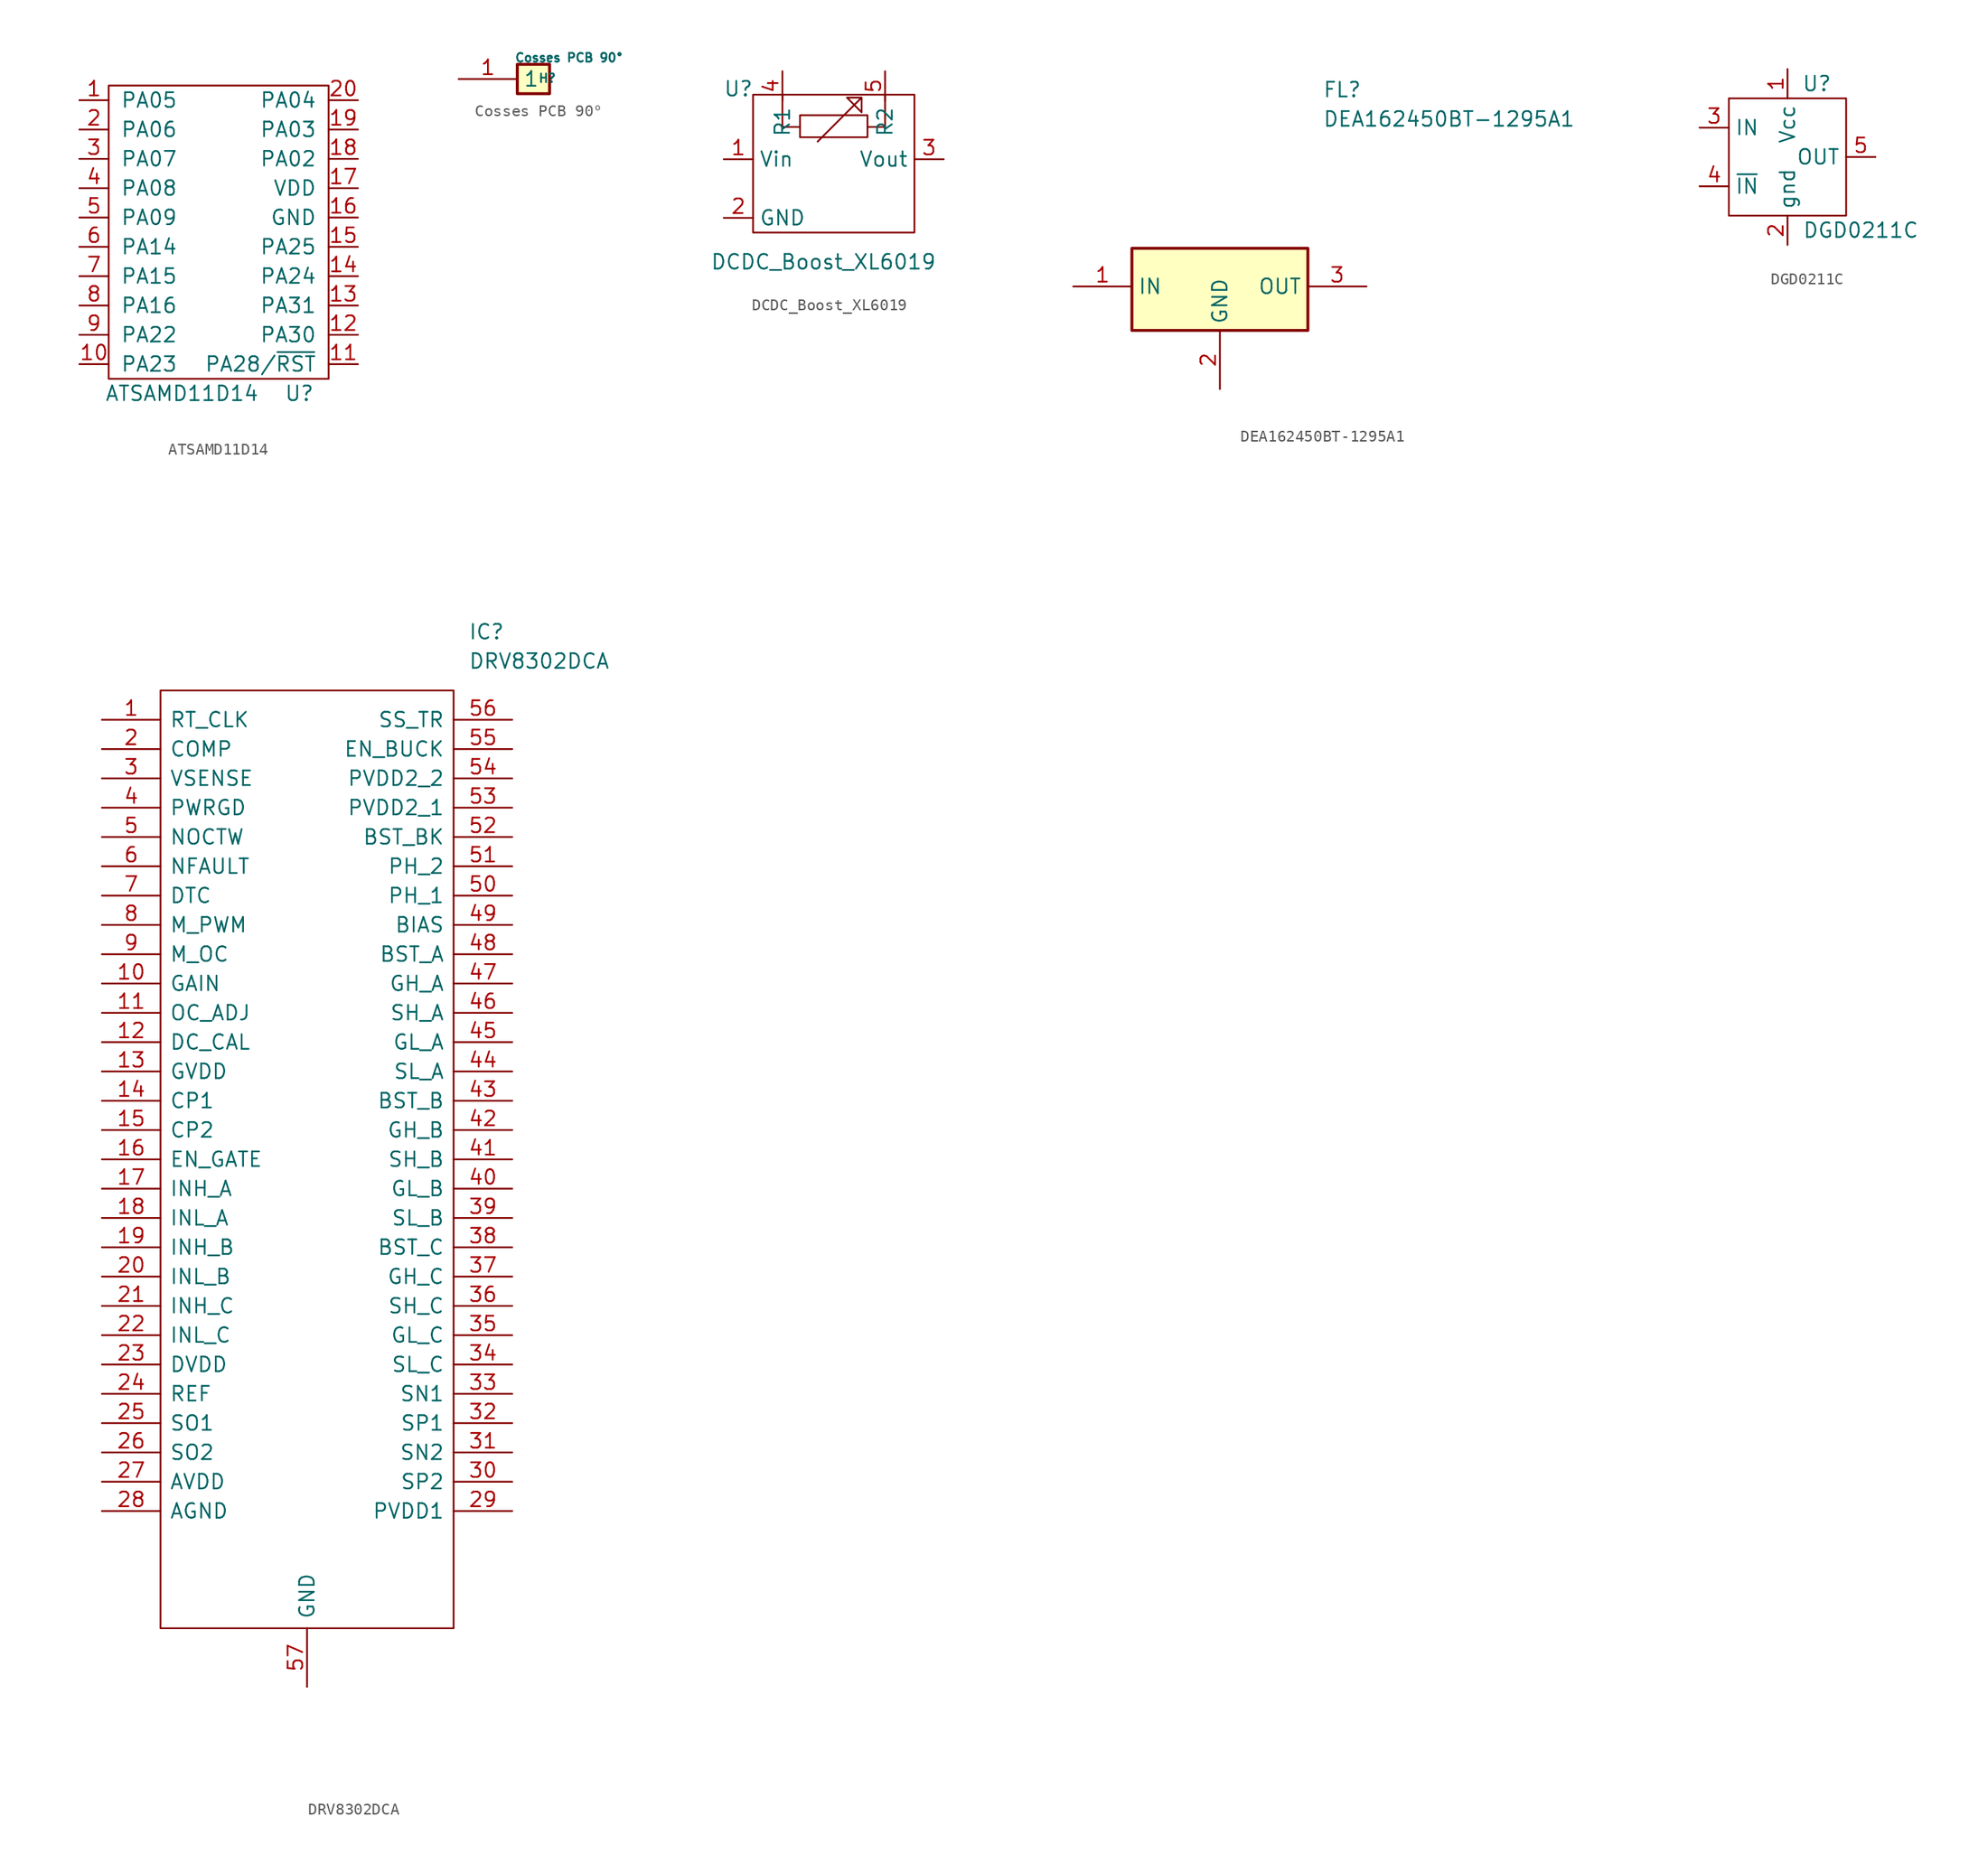
<source format=kicad_sym>
(kicad_symbol_lib
  (version 20231120)
  (generator "kicad_symbol_editor")
  (generator_version "8.0")
  (symbol "ATSAMD11D14"
    (pin_names
      (offset 1.016))
    (property "Reference" "U"
      (at 6.35 -13.97 0)
      (effects (font (size 1.27 1.27))))
    (property "Value" "ATSAMD11D14"
      (at -3.81 -13.97 0)
      (effects (font (size 1.27 1.27))))
    (symbol "ATSAMD11D14_0_1"
      (rectangle (start -10.16 12.7) (end 8.89 -12.7) (stroke (width 0) (type default)) (fill (type none))))
    (symbol "ATSAMD11D14_1_1"
      (pin bidirectional line (at -12.7 11.43 0) (length 2.54) (name "PA05" (effects (font (size 1.27 1.27)))) (number "1" (effects (font (size 1.27 1.27)))))
      (pin bidirectional line (at -12.7 -11.43 0) (length 2.54) (name "PA23" (effects (font (size 1.27 1.27)))) (number "10" (effects (font (size 1.27 1.27)))))
      (pin bidirectional line (at 11.43 -11.43 180) (length 2.54) (name "PA28/~{RST}" (effects (font (size 1.27 1.27)))) (number "11" (effects (font (size 1.27 1.27)))))
      (pin bidirectional line (at 11.43 -8.89 180) (length 2.54) (name "PA30" (effects (font (size 1.27 1.27)))) (number "12" (effects (font (size 1.27 1.27)))))
      (pin bidirectional line (at 11.43 -6.35 180) (length 2.54) (name "PA31" (effects (font (size 1.27 1.27)))) (number "13" (effects (font (size 1.27 1.27)))))
      (pin bidirectional line (at 11.43 -3.81 180) (length 2.54) (name "PA24" (effects (font (size 1.27 1.27)))) (number "14" (effects (font (size 1.27 1.27)))))
      (pin bidirectional line (at 11.43 -1.27 180) (length 2.54) (name "PA25" (effects (font (size 1.27 1.27)))) (number "15" (effects (font (size 1.27 1.27)))))
      (pin power_in line (at 11.43 1.27 180) (length 2.54) (name "GND" (effects (font (size 1.27 1.27)))) (number "16" (effects (font (size 1.27 1.27)))))
      (pin power_in line (at 11.43 3.81 180) (length 2.54) (name "VDD" (effects (font (size 1.27 1.27)))) (number "17" (effects (font (size 1.27 1.27)))))
      (pin bidirectional line (at 11.43 6.35 180) (length 2.54) (name "PA02" (effects (font (size 1.27 1.27)))) (number "18" (effects (font (size 1.27 1.27)))))
      (pin bidirectional line (at 11.43 8.89 180) (length 2.54) (name "PA03" (effects (font (size 1.27 1.27)))) (number "19" (effects (font (size 1.27 1.27)))))
      (pin bidirectional line (at -12.7 8.89 0) (length 2.54) (name "PA06" (effects (font (size 1.27 1.27)))) (number "2" (effects (font (size 1.27 1.27)))))
      (pin bidirectional line (at 11.43 11.43 180) (length 2.54) (name "PA04" (effects (font (size 1.27 1.27)))) (number "20" (effects (font (size 1.27 1.27)))))
      (pin bidirectional line (at -12.7 6.35 0) (length 2.54) (name "PA07" (effects (font (size 1.27 1.27)))) (number "3" (effects (font (size 1.27 1.27)))))
      (pin bidirectional line (at -12.7 3.81 0) (length 2.54) (name "PA08" (effects (font (size 1.27 1.27)))) (number "4" (effects (font (size 1.27 1.27)))))
      (pin bidirectional line (at -12.7 1.27 0) (length 2.54) (name "PA09" (effects (font (size 1.27 1.27)))) (number "5" (effects (font (size 1.27 1.27)))))
      (pin bidirectional line (at -12.7 -1.27 0) (length 2.54) (name "PA14" (effects (font (size 1.27 1.27)))) (number "6" (effects (font (size 1.27 1.27)))))
      (pin bidirectional line (at -12.7 -3.81 0) (length 2.54) (name "PA15" (effects (font (size 1.27 1.27)))) (number "7" (effects (font (size 1.27 1.27)))))
      (pin bidirectional line (at -12.7 -6.35 0) (length 2.54) (name "PA16" (effects (font (size 1.27 1.27)))) (number "8" (effects (font (size 1.27 1.27)))))
      (pin bidirectional line (at -12.7 -8.89 0) (length 2.54) (name "PA22" (effects (font (size 1.27 1.27)))) (number "9" (effects (font (size 1.27 1.27)))))))
  (symbol "Cosses PCB 90°"
    (property "Reference" "H"
      (at 6.858 0.508 0)
      (effects (font (size 0.75 0.75)) (justify left top)))
    (property "Value" "Cosses PCB 90°"
      (at 4.826 2.286 0)
      (effects (font (size 0.75 0.75)) (justify left top)))
    (symbol "Cosses PCB 90°_1_1"
      (rectangle (start 5.08 1.27) (end 7.874 -1.27) (stroke (width 0.254) (type default)) (fill (type background)))
      (pin passive line (at 0 0 0) (length 5.08) (name "1" (effects (font (size 1.27 1.27)))) (number "1" (effects (font (size 1.27 1.27)))))))
  (symbol "DCDC_Boost_XL6019"
    (property "Reference" "U"
      (at -1.27 6.096 0)
      (effects (font (size 1.27 1.27))))
    (property "Value" "DCDC_Boost_XL6019"
      (at 6.096 -8.89 0)
      (effects (font (size 1.27 1.27))))
    (symbol "DCDC_Boost_XL6019_0_1"
      (polyline (pts (xy 4.064 2.794) (xy 2.54 2.794) (xy 2.54 5.588)) (stroke (width 0) (type default)) (fill (type none)))
      (polyline (pts (xy 9.906 2.794) (xy 11.43 2.794) (xy 11.43 5.588)) (stroke (width 0) (type default)) (fill (type none)))
      (polyline (pts (xy 5.588 1.524) (xy 9.398 5.334) (xy 8.128 5.334) (xy 9.398 4.064) (xy 9.398 5.334)) (stroke (width 0) (type default)) (fill (type none)))
      (rectangle (start 0 5.588) (end 13.97 -6.35) (stroke (width 0) (type default)) (fill (type none)))
      (rectangle (start 4.064 3.81) (end 9.906 1.905) (stroke (width 0) (type default)) (fill (type none))))
    (symbol "DCDC_Boost_XL6019_1_1"
      (pin input line (at -2.54 0 0) (length 2.54) (name "Vin" (effects (font (size 1.27 1.27)))) (number "1" (effects (font (size 1.27 1.27)))))
      (pin passive line (at -2.54 -5.08 0) (length 2.54) (name "GND" (effects (font (size 1.27 1.27)))) (number "2" (effects (font (size 1.27 1.27)))))
      (pin output line (at 16.51 0 180) (length 2.54) (name "Vout" (effects (font (size 1.27 1.27)))) (number "3" (effects (font (size 1.27 1.27)))))
      (pin passive line (at 2.54 7.62 270) (length 2.54) (name "R1" (effects (font (size 1.27 1.27)))) (number "4" (effects (font (size 1.27 1.27)))))
      (pin passive line (at 11.43 7.62 270) (length 2.54) (name "R2" (effects (font (size 1.27 1.27)))) (number "5" (effects (font (size 1.27 1.27)))))))
  (symbol "DEA162450BT-1295A1"
    (property "Reference" "FL"
      (at 21.59 17.78 0)
      (effects (font (size 1.27 1.27)) (justify left top)))
    (property "Value" "DEA162450BT-1295A1"
      (at 21.59 15.24 0)
      (effects (font (size 1.27 1.27)) (justify left top)))
    (symbol "DEA162450BT-1295A1_1_1"
      (rectangle (start 5.08 3.302) (end 20.32 -3.81) (stroke (width 0.254) (type default)) (fill (type background)))
      (pin passive line (at 0 0 0) (length 5.08) (name "IN" (effects (font (size 1.27 1.27)))) (number "1" (effects (font (size 1.27 1.27)))))
      (pin passive line (at 12.7 -8.89 90) (length 5.08) (name "GND" (effects (font (size 1.27 1.27)))) (number "2" (effects (font (size 1.27 1.27)))))
      (pin passive line (at 25.4 0 180) (length 5.08) (name "OUT" (effects (font (size 1.27 1.27)))) (number "3" (effects (font (size 1.27 1.27)))))))
  (symbol "DGD0211C"
    (property "Reference" "U"
      (at 2.54 6.35 0)
      (effects (font (size 1.27 1.27))))
    (property "Value" "DGD0211C"
      (at 6.35 -6.35 0)
      (effects (font (size 1.27 1.27))))
    (symbol "DGD0211C_0_1"
      (rectangle (start -5.08 5.08) (end 5.08 -5.08) (stroke (width 0.152) (type default)) (fill (type none))))
    (symbol "DGD0211C_1_1"
      (pin power_in line (at 0 7.62 270) (length 2.54) (name "Vcc" (effects (font (size 1.27 1.27)))) (number "1" (effects (font (size 1.27 1.27)))))
      (pin passive line (at 0 -7.62 90) (length 2.54) (name "gnd" (effects (font (size 1.27 1.27)))) (number "2" (effects (font (size 1.27 1.27)))))
      (pin input line (at -7.62 2.54 0) (length 2.54) (name "IN" (effects (font (size 1.27 1.27)))) (number "3" (effects (font (size 1.27 1.27)))))
      (pin input line (at -7.62 -2.54 0) (length 2.54) (name "~{IN}" (effects (font (size 1.27 1.27)))) (number "4" (effects (font (size 1.27 1.27)))))
      (pin output line (at 7.62 0 180) (length 2.54) (name "OUT" (effects (font (size 1.27 1.27)))) (number "5" (effects (font (size 1.27 1.27)))))))
  (symbol "DRV8302DCA"
    (pin_names
      (offset 0.762))
    (property "Reference" "IC"
      (at 31.75 7.62 0)
      (effects (font (size 1.27 1.27)) (justify left)))
    (property "Value" "DRV8302DCA"
      (at 31.75 5.08 0)
      (effects (font (size 1.27 1.27)) (justify left)))
    (symbol "DRV8302DCA_0_0"
      (pin passive line (at 0 0 0) (length 5.08) (name "RT_CLK" (effects (font (size 1.27 1.27)))) (number "1" (effects (font (size 1.27 1.27)))))
      (pin passive line (at 0 -22.86 0) (length 5.08) (name "GAIN" (effects (font (size 1.27 1.27)))) (number "10" (effects (font (size 1.27 1.27)))))
      (pin passive line (at 0 -25.4 0) (length 5.08) (name "OC_ADJ" (effects (font (size 1.27 1.27)))) (number "11" (effects (font (size 1.27 1.27)))))
      (pin passive line (at 0 -27.94 0) (length 5.08) (name "DC_CAL" (effects (font (size 1.27 1.27)))) (number "12" (effects (font (size 1.27 1.27)))))
      (pin passive line (at 0 -30.48 0) (length 5.08) (name "GVDD" (effects (font (size 1.27 1.27)))) (number "13" (effects (font (size 1.27 1.27)))))
      (pin passive line (at 0 -33.02 0) (length 5.08) (name "CP1" (effects (font (size 1.27 1.27)))) (number "14" (effects (font (size 1.27 1.27)))))
      (pin passive line (at 0 -35.56 0) (length 5.08) (name "CP2" (effects (font (size 1.27 1.27)))) (number "15" (effects (font (size 1.27 1.27)))))
      (pin passive line (at 0 -38.1 0) (length 5.08) (name "EN_GATE" (effects (font (size 1.27 1.27)))) (number "16" (effects (font (size 1.27 1.27)))))
      (pin passive line (at 0 -40.64 0) (length 5.08) (name "INH_A" (effects (font (size 1.27 1.27)))) (number "17" (effects (font (size 1.27 1.27)))))
      (pin passive line (at 0 -43.18 0) (length 5.08) (name "INL_A" (effects (font (size 1.27 1.27)))) (number "18" (effects (font (size 1.27 1.27)))))
      (pin passive line (at 0 -45.72 0) (length 5.08) (name "INH_B" (effects (font (size 1.27 1.27)))) (number "19" (effects (font (size 1.27 1.27)))))
      (pin passive line (at 0 -2.54 0) (length 5.08) (name "COMP" (effects (font (size 1.27 1.27)))) (number "2" (effects (font (size 1.27 1.27)))))
      (pin passive line (at 0 -48.26 0) (length 5.08) (name "INL_B" (effects (font (size 1.27 1.27)))) (number "20" (effects (font (size 1.27 1.27)))))
      (pin passive line (at 0 -50.8 0) (length 5.08) (name "INH_C" (effects (font (size 1.27 1.27)))) (number "21" (effects (font (size 1.27 1.27)))))
      (pin passive line (at 0 -53.34 0) (length 5.08) (name "INL_C" (effects (font (size 1.27 1.27)))) (number "22" (effects (font (size 1.27 1.27)))))
      (pin passive line (at 0 -55.88 0) (length 5.08) (name "DVDD" (effects (font (size 1.27 1.27)))) (number "23" (effects (font (size 1.27 1.27)))))
      (pin passive line (at 0 -58.42 0) (length 5.08) (name "REF" (effects (font (size 1.27 1.27)))) (number "24" (effects (font (size 1.27 1.27)))))
      (pin passive line (at 0 -60.96 0) (length 5.08) (name "SO1" (effects (font (size 1.27 1.27)))) (number "25" (effects (font (size 1.27 1.27)))))
      (pin passive line (at 0 -63.5 0) (length 5.08) (name "SO2" (effects (font (size 1.27 1.27)))) (number "26" (effects (font (size 1.27 1.27)))))
      (pin passive line (at 0 -66.04 0) (length 5.08) (name "AVDD" (effects (font (size 1.27 1.27)))) (number "27" (effects (font (size 1.27 1.27)))))
      (pin passive line (at 0 -68.58 0) (length 5.08) (name "AGND" (effects (font (size 1.27 1.27)))) (number "28" (effects (font (size 1.27 1.27)))))
      (pin passive line (at 35.56 -68.58 180) (length 5.08) (name "PVDD1" (effects (font (size 1.27 1.27)))) (number "29" (effects (font (size 1.27 1.27)))))
      (pin passive line (at 0 -5.08 0) (length 5.08) (name "VSENSE" (effects (font (size 1.27 1.27)))) (number "3" (effects (font (size 1.27 1.27)))))
      (pin passive line (at 35.56 -66.04 180) (length 5.08) (name "SP2" (effects (font (size 1.27 1.27)))) (number "30" (effects (font (size 1.27 1.27)))))
      (pin passive line (at 35.56 -63.5 180) (length 5.08) (name "SN2" (effects (font (size 1.27 1.27)))) (number "31" (effects (font (size 1.27 1.27)))))
      (pin passive line (at 35.56 -60.96 180) (length 5.08) (name "SP1" (effects (font (size 1.27 1.27)))) (number "32" (effects (font (size 1.27 1.27)))))
      (pin passive line (at 35.56 -58.42 180) (length 5.08) (name "SN1" (effects (font (size 1.27 1.27)))) (number "33" (effects (font (size 1.27 1.27)))))
      (pin passive line (at 35.56 -55.88 180) (length 5.08) (name "SL_C" (effects (font (size 1.27 1.27)))) (number "34" (effects (font (size 1.27 1.27)))))
      (pin passive line (at 35.56 -53.34 180) (length 5.08) (name "GL_C" (effects (font (size 1.27 1.27)))) (number "35" (effects (font (size 1.27 1.27)))))
      (pin passive line (at 35.56 -50.8 180) (length 5.08) (name "SH_C" (effects (font (size 1.27 1.27)))) (number "36" (effects (font (size 1.27 1.27)))))
      (pin passive line (at 35.56 -48.26 180) (length 5.08) (name "GH_C" (effects (font (size 1.27 1.27)))) (number "37" (effects (font (size 1.27 1.27)))))
      (pin passive line (at 35.56 -45.72 180) (length 5.08) (name "BST_C" (effects (font (size 1.27 1.27)))) (number "38" (effects (font (size 1.27 1.27)))))
      (pin passive line (at 35.56 -43.18 180) (length 5.08) (name "SL_B" (effects (font (size 1.27 1.27)))) (number "39" (effects (font (size 1.27 1.27)))))
      (pin passive line (at 0 -7.62 0) (length 5.08) (name "PWRGD" (effects (font (size 1.27 1.27)))) (number "4" (effects (font (size 1.27 1.27)))))
      (pin passive line (at 35.56 -40.64 180) (length 5.08) (name "GL_B" (effects (font (size 1.27 1.27)))) (number "40" (effects (font (size 1.27 1.27)))))
      (pin passive line (at 35.56 -38.1 180) (length 5.08) (name "SH_B" (effects (font (size 1.27 1.27)))) (number "41" (effects (font (size 1.27 1.27)))))
      (pin passive line (at 35.56 -35.56 180) (length 5.08) (name "GH_B" (effects (font (size 1.27 1.27)))) (number "42" (effects (font (size 1.27 1.27)))))
      (pin passive line (at 35.56 -33.02 180) (length 5.08) (name "BST_B" (effects (font (size 1.27 1.27)))) (number "43" (effects (font (size 1.27 1.27)))))
      (pin passive line (at 35.56 -30.48 180) (length 5.08) (name "SL_A" (effects (font (size 1.27 1.27)))) (number "44" (effects (font (size 1.27 1.27)))))
      (pin passive line (at 35.56 -27.94 180) (length 5.08) (name "GL_A" (effects (font (size 1.27 1.27)))) (number "45" (effects (font (size 1.27 1.27)))))
      (pin passive line (at 35.56 -25.4 180) (length 5.08) (name "SH_A" (effects (font (size 1.27 1.27)))) (number "46" (effects (font (size 1.27 1.27)))))
      (pin passive line (at 35.56 -22.86 180) (length 5.08) (name "GH_A" (effects (font (size 1.27 1.27)))) (number "47" (effects (font (size 1.27 1.27)))))
      (pin passive line (at 35.56 -20.32 180) (length 5.08) (name "BST_A" (effects (font (size 1.27 1.27)))) (number "48" (effects (font (size 1.27 1.27)))))
      (pin passive line (at 35.56 -17.78 180) (length 5.08) (name "BIAS" (effects (font (size 1.27 1.27)))) (number "49" (effects (font (size 1.27 1.27)))))
      (pin passive line (at 0 -10.16 0) (length 5.08) (name "NOCTW" (effects (font (size 1.27 1.27)))) (number "5" (effects (font (size 1.27 1.27)))))
      (pin passive line (at 35.56 -15.24 180) (length 5.08) (name "PH_1" (effects (font (size 1.27 1.27)))) (number "50" (effects (font (size 1.27 1.27)))))
      (pin passive line (at 35.56 -12.7 180) (length 5.08) (name "PH_2" (effects (font (size 1.27 1.27)))) (number "51" (effects (font (size 1.27 1.27)))))
      (pin passive line (at 35.56 -10.16 180) (length 5.08) (name "BST_BK" (effects (font (size 1.27 1.27)))) (number "52" (effects (font (size 1.27 1.27)))))
      (pin passive line (at 35.56 -7.62 180) (length 5.08) (name "PVDD2_1" (effects (font (size 1.27 1.27)))) (number "53" (effects (font (size 1.27 1.27)))))
      (pin passive line (at 35.56 -5.08 180) (length 5.08) (name "PVDD2_2" (effects (font (size 1.27 1.27)))) (number "54" (effects (font (size 1.27 1.27)))))
      (pin passive line (at 35.56 -2.54 180) (length 5.08) (name "EN_BUCK" (effects (font (size 1.27 1.27)))) (number "55" (effects (font (size 1.27 1.27)))))
      (pin passive line (at 35.56 0 180) (length 5.08) (name "SS_TR" (effects (font (size 1.27 1.27)))) (number "56" (effects (font (size 1.27 1.27)))))
      (pin passive line (at 17.78 -83.82 90) (length 5.08) (name "GND" (effects (font (size 1.27 1.27)))) (number "57" (effects (font (size 1.27 1.27)))))
      (pin passive line (at 0 -12.7 0) (length 5.08) (name "NFAULT" (effects (font (size 1.27 1.27)))) (number "6" (effects (font (size 1.27 1.27)))))
      (pin passive line (at 0 -15.24 0) (length 5.08) (name "DTC" (effects (font (size 1.27 1.27)))) (number "7" (effects (font (size 1.27 1.27)))))
      (pin passive line (at 0 -17.78 0) (length 5.08) (name "M_PWM" (effects (font (size 1.27 1.27)))) (number "8" (effects (font (size 1.27 1.27)))))
      (pin passive line (at 0 -20.32 0) (length 5.08) (name "M_OC" (effects (font (size 1.27 1.27)))) (number "9" (effects (font (size 1.27 1.27))))))
    (symbol "DRV8302DCA_0_1"
      (polyline (pts (xy 5.08 2.54) (xy 30.48 2.54) (xy 30.48 -78.74) (xy 5.08 -78.74) (xy 5.08 2.54)) (stroke (width 0.152) (type solid)) (fill (type none))))))
</source>
